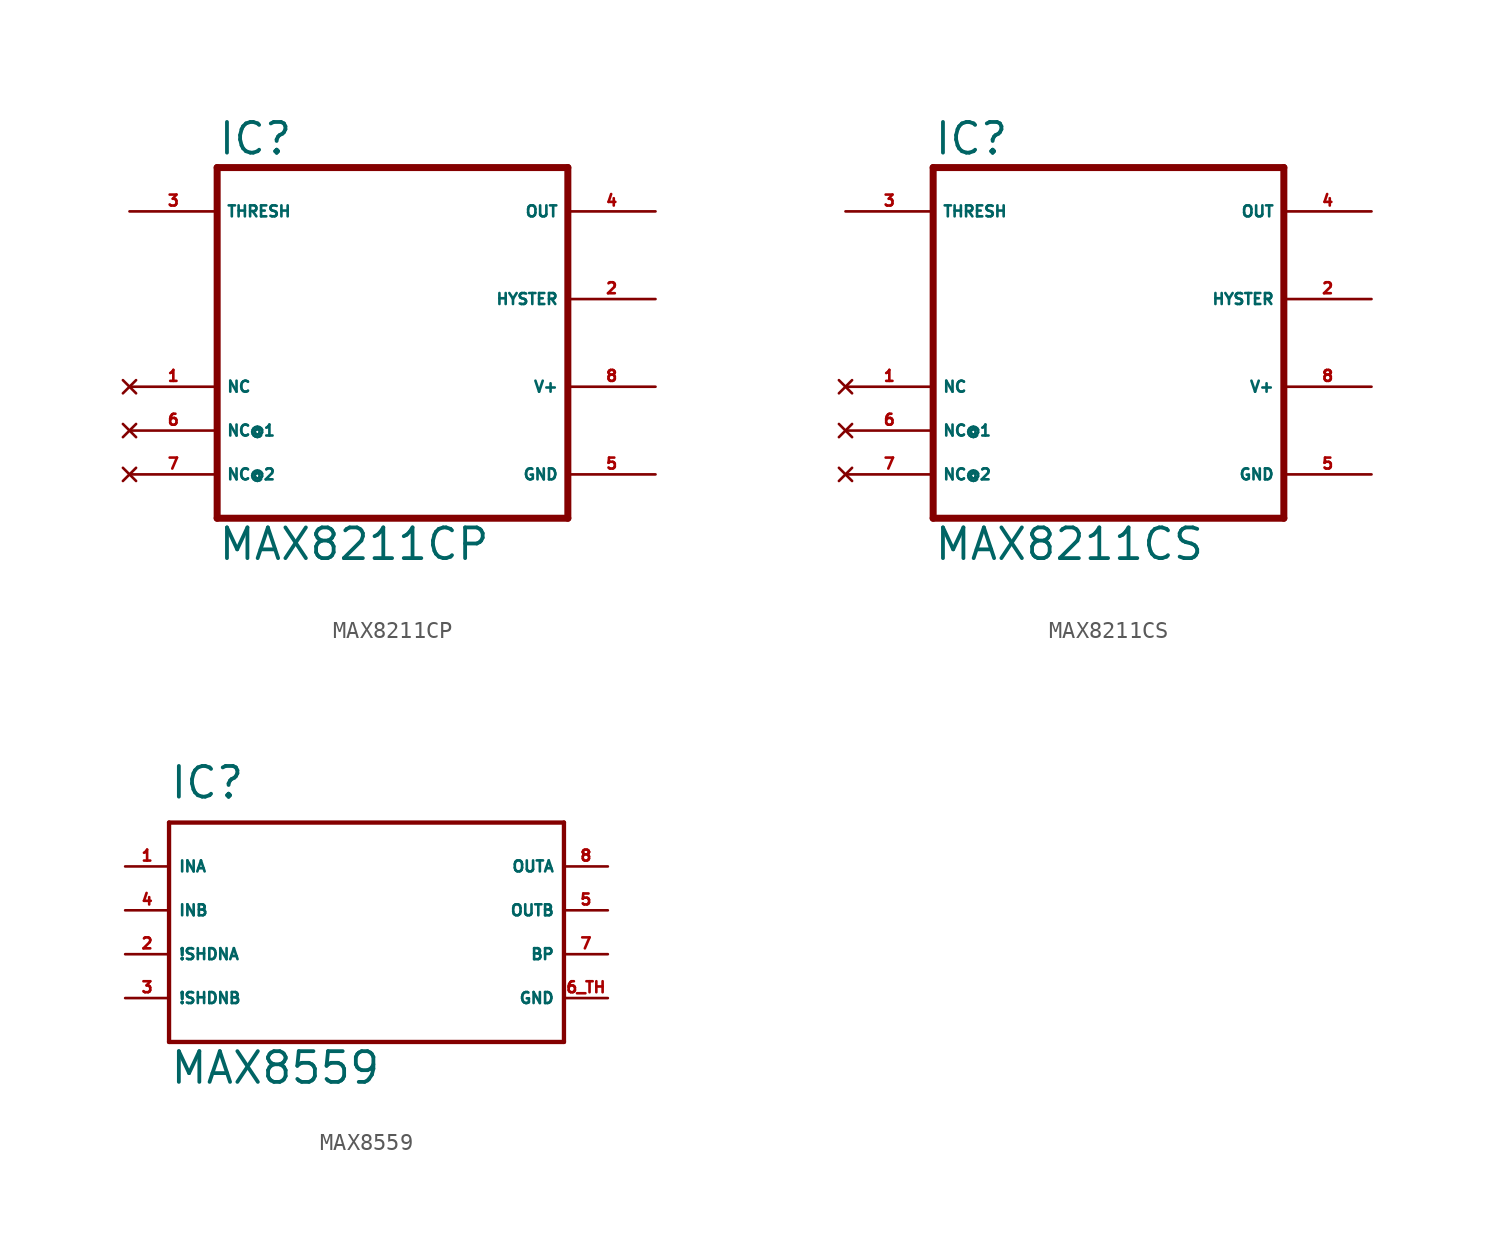
<source format=kicad_sym>
(kicad_symbol_lib
  (version 20220914)
  (generator Eagle2Kicad)
  (symbol "MAX8211CP"
    (property "Reference" "IC"
      (at -10.16 10.795 0)
      (effects (font (size 1.778 1.778) (thickness 0.22)) (justify left bottom)))
    (property "Value" "MAX8211CP"
      (at -10.16 -12.7 0)
      (effects (font (size 1.778 1.778) (thickness 0.22)) (justify left bottom)))
    (polyline
      (pts (xy -10.16 -10.16) (xy -10.16 10.16))
      (stroke (width 0.406) (type default))
      (fill (type none)))
    (polyline
      (pts (xy 10.16 10.16) (xy -10.16 10.16))
      (stroke (width 0.406) (type default))
      (fill (type none)))
    (polyline
      (pts (xy 10.16 10.16) (xy 10.16 -10.16))
      (stroke (width 0.406) (type default))
      (fill (type none)))
    (polyline
      (pts (xy -10.16 -10.16) (xy 10.16 -10.16))
      (stroke (width 0.406) (type default))
      (fill (type none)))
    (pin input line
      (at -15.24 7.62 0)
      (length 5.08)
      (name "THRESH" (effects (font (size 0.635 0.635) (thickness 0.08)) (justify left bottom)))
      (number "3" (effects (font (size 0.635 0.635) (thickness 0.08)) (justify left bottom))))
    (pin no_connect line
      (at -15.24 -7.62 0)
      (length 5.08)
      (name "NC@2" (effects (font (size 0.635 0.635) (thickness 0.08)) (justify left bottom) hide))
      (number "7" (effects (font (size 0.635 0.635) (thickness 0.08)) (justify left bottom) hide)))
    (pin no_connect line
      (at -15.24 -2.54 0)
      (length 5.08)
      (name "NC" (effects (font (size 0.635 0.635) (thickness 0.08)) (justify left bottom) hide))
      (number "1" (effects (font (size 0.635 0.635) (thickness 0.08)) (justify left bottom) hide)))
    (pin output line
      (at 15.24 7.62 180)
      (length 5.08)
      (name "OUT" (effects (font (size 0.635 0.635) (thickness 0.08)) (justify left bottom)))
      (number "4" (effects (font (size 0.635 0.635) (thickness 0.08)) (justify left bottom))))
    (pin unspecified line
      (at 15.24 -7.62 180)
      (length 5.08)
      (name "GND" (effects (font (size 0.635 0.635) (thickness 0.08)) (justify left bottom)))
      (number "5" (effects (font (size 0.635 0.635) (thickness 0.08)) (justify left bottom))))
    (pin unspecified line
      (at 15.24 -2.54 180)
      (length 5.08)
      (name "V+" (effects (font (size 0.635 0.635) (thickness 0.08)) (justify left bottom)))
      (number "8" (effects (font (size 0.635 0.635) (thickness 0.08)) (justify left bottom))))
    (pin output line
      (at 15.24 2.54 180)
      (length 5.08)
      (name "HYSTER" (effects (font (size 0.635 0.635) (thickness 0.08)) (justify left bottom)))
      (number "2" (effects (font (size 0.635 0.635) (thickness 0.08)) (justify left bottom))))
    (pin no_connect line
      (at -15.24 -5.08 0)
      (length 5.08)
      (name "NC@1" (effects (font (size 0.635 0.635) (thickness 0.08)) (justify left bottom) hide))
      (number "6" (effects (font (size 0.635 0.635) (thickness 0.08)) (justify left bottom) hide))))
  (symbol "MAX8211CS"
    (property "Reference" "IC"
      (at -10.16 10.795 0)
      (effects (font (size 1.778 1.778) (thickness 0.22)) (justify left bottom)))
    (property "Value" "MAX8211CS"
      (at -10.16 -12.7 0)
      (effects (font (size 1.778 1.778) (thickness 0.22)) (justify left bottom)))
    (polyline
      (pts (xy -10.16 -10.16) (xy -10.16 10.16))
      (stroke (width 0.406) (type default))
      (fill (type none)))
    (polyline
      (pts (xy 10.16 10.16) (xy -10.16 10.16))
      (stroke (width 0.406) (type default))
      (fill (type none)))
    (polyline
      (pts (xy 10.16 10.16) (xy 10.16 -10.16))
      (stroke (width 0.406) (type default))
      (fill (type none)))
    (polyline
      (pts (xy -10.16 -10.16) (xy 10.16 -10.16))
      (stroke (width 0.406) (type default))
      (fill (type none)))
    (pin input line
      (at -15.24 7.62 0)
      (length 5.08)
      (name "THRESH" (effects (font (size 0.635 0.635) (thickness 0.08)) (justify left bottom)))
      (number "3" (effects (font (size 0.635 0.635) (thickness 0.08)) (justify left bottom))))
    (pin no_connect line
      (at -15.24 -7.62 0)
      (length 5.08)
      (name "NC@2" (effects (font (size 0.635 0.635) (thickness 0.08)) (justify left bottom) hide))
      (number "7" (effects (font (size 0.635 0.635) (thickness 0.08)) (justify left bottom) hide)))
    (pin no_connect line
      (at -15.24 -2.54 0)
      (length 5.08)
      (name "NC" (effects (font (size 0.635 0.635) (thickness 0.08)) (justify left bottom) hide))
      (number "1" (effects (font (size 0.635 0.635) (thickness 0.08)) (justify left bottom) hide)))
    (pin output line
      (at 15.24 7.62 180)
      (length 5.08)
      (name "OUT" (effects (font (size 0.635 0.635) (thickness 0.08)) (justify left bottom)))
      (number "4" (effects (font (size 0.635 0.635) (thickness 0.08)) (justify left bottom))))
    (pin unspecified line
      (at 15.24 -7.62 180)
      (length 5.08)
      (name "GND" (effects (font (size 0.635 0.635) (thickness 0.08)) (justify left bottom)))
      (number "5" (effects (font (size 0.635 0.635) (thickness 0.08)) (justify left bottom))))
    (pin unspecified line
      (at 15.24 -2.54 180)
      (length 5.08)
      (name "V+" (effects (font (size 0.635 0.635) (thickness 0.08)) (justify left bottom)))
      (number "8" (effects (font (size 0.635 0.635) (thickness 0.08)) (justify left bottom))))
    (pin output line
      (at 15.24 2.54 180)
      (length 5.08)
      (name "HYSTER" (effects (font (size 0.635 0.635) (thickness 0.08)) (justify left bottom)))
      (number "2" (effects (font (size 0.635 0.635) (thickness 0.08)) (justify left bottom))))
    (pin no_connect line
      (at -15.24 -5.08 0)
      (length 5.08)
      (name "NC@1" (effects (font (size 0.635 0.635) (thickness 0.08)) (justify left bottom) hide))
      (number "6" (effects (font (size 0.635 0.635) (thickness 0.08)) (justify left bottom) hide))))
  (symbol "MAX8559"
    (property "Reference" "IC"
      (at -10.16 6.35 0)
      (effects (font (size 1.778 1.778) (thickness 0.22)) (justify left bottom)))
    (property "Value" "MAX8559"
      (at -10.16 -10.16 0)
      (effects (font (size 1.778 1.778) (thickness 0.22)) (justify left bottom)))
    (polyline
      (pts (xy -10.16 5.08) (xy 12.7 5.08))
      (stroke (width 0.25) (type default))
      (fill (type none)))
    (polyline
      (pts (xy 12.7 5.08) (xy 12.7 -7.62))
      (stroke (width 0.25) (type default))
      (fill (type none)))
    (polyline
      (pts (xy 12.7 -7.62) (xy -10.16 -7.62))
      (stroke (width 0.25) (type default))
      (fill (type none)))
    (polyline
      (pts (xy -10.16 -7.62) (xy -10.16 5.08))
      (stroke (width 0.25) (type default))
      (fill (type none)))
    (pin input line
      (at -12.7 2.54 0)
      (length 2.54)
      (name "INA" (effects (font (size 0.635 0.635) (thickness 0.08)) (justify left bottom)))
      (number "1" (effects (font (size 0.635 0.635) (thickness 0.08)) (justify left bottom))))
    (pin input line
      (at -12.7 0 0)
      (length 2.54)
      (name "INB" (effects (font (size 0.635 0.635) (thickness 0.08)) (justify left bottom)))
      (number "4" (effects (font (size 0.635 0.635) (thickness 0.08)) (justify left bottom))))
    (pin input line
      (at -12.7 -2.54 0)
      (length 2.54)
      (name "!SHDNA" (effects (font (size 0.635 0.635) (thickness 0.08)) (justify left bottom)))
      (number "2" (effects (font (size 0.635 0.635) (thickness 0.08)) (justify left bottom))))
    (pin input line
      (at -12.7 -5.08 0)
      (length 2.54)
      (name "!SHDNB" (effects (font (size 0.635 0.635) (thickness 0.08)) (justify left bottom)))
      (number "3" (effects (font (size 0.635 0.635) (thickness 0.08)) (justify left bottom))))
    (pin unspecified line
      (at 15.24 -5.08 180)
      (length 2.54)
      (name "GND" (effects (font (size 0.635 0.635) (thickness 0.08)) (justify left bottom)))
      (number "6 TH" (effects (font (size 0.635 0.635) (thickness 0.08)) (justify left bottom))))
    (pin passive line
      (at 15.24 -2.54 180)
      (length 2.54)
      (name "BP" (effects (font (size 0.635 0.635) (thickness 0.08)) (justify left bottom)))
      (number "7" (effects (font (size 0.635 0.635) (thickness 0.08)) (justify left bottom))))
    (pin output line
      (at 15.24 0 180)
      (length 2.54)
      (name "OUTB" (effects (font (size 0.635 0.635) (thickness 0.08)) (justify left bottom)))
      (number "5" (effects (font (size 0.635 0.635) (thickness 0.08)) (justify left bottom))))
    (pin output line
      (at 15.24 2.54 180)
      (length 2.54)
      (name "OUTA" (effects (font (size 0.635 0.635) (thickness 0.08)) (justify left bottom)))
      (number "8" (effects (font (size 0.635 0.635) (thickness 0.08)) (justify left bottom))))))
</source>
